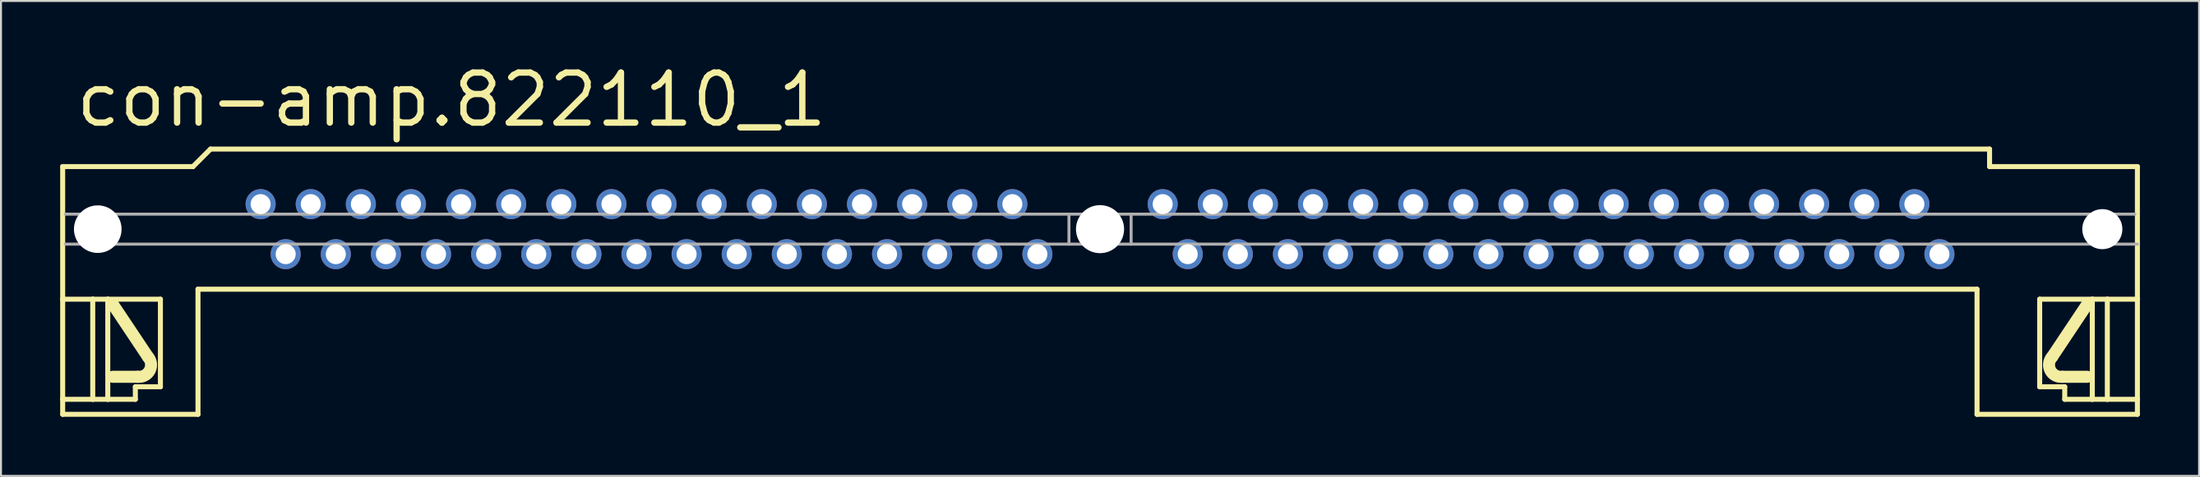
<source format=kicad_pcb>
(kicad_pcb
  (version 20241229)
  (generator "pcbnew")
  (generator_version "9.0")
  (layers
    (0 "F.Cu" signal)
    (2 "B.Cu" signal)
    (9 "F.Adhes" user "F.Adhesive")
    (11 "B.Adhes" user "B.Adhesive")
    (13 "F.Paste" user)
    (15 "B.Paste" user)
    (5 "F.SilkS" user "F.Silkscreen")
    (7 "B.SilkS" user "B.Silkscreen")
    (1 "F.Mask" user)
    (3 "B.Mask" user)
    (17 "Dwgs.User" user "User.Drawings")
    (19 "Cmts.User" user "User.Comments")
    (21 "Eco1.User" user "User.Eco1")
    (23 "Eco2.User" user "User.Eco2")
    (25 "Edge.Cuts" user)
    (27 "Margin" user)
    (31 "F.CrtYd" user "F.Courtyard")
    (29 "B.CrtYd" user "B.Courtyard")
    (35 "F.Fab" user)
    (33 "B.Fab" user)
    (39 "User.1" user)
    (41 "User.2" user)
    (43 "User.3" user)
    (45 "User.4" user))
  (footprint "con-amp.822110_1"
    (layer "F.Cu")
    (at 52.705 8.58)
    (property "Reference" "con-amp.822110_1" (at -52.07 -5.08 0) (layer "F.SilkS") (effects (font (size 2.54 2.54) (thickness 0.32)) (justify left bottom)))
    (attr through_hole)
    (fp_line (start -52.578 -3.175) (end -45.974 -3.175) (stroke (width 0.254) (type default)) (layer "F.SilkS"))
    (fp_line (start -52.578 3.556) (end -52.578 -3.175) (stroke (width 0.254) (type default)) (layer "F.SilkS"))
    (fp_line (start -52.578 3.556) (end -51.054 3.556) (stroke (width 0.254) (type default)) (layer "F.SilkS"))
    (fp_line (start -52.578 8.636) (end -52.578 3.556) (stroke (width 0.254) (type default)) (layer "F.SilkS"))
    (fp_line (start -52.578 8.636) (end -51.054 8.636) (stroke (width 0.254) (type default)) (layer "F.SilkS"))
    (fp_line (start -52.578 9.398) (end -52.578 8.636) (stroke (width 0.254) (type default)) (layer "F.SilkS"))
    (fp_line (start -52.578 9.398) (end -45.72 9.398) (stroke (width 0.254) (type default)) (layer "F.SilkS"))
    (fp_line (start -51.054 3.556) (end -50.292 3.556) (stroke (width 0.254) (type default)) (layer "F.SilkS"))
    (fp_line (start -51.054 8.636) (end -51.054 3.556) (stroke (width 0.254) (type default)) (layer "F.SilkS"))
    (fp_line (start -51.054 8.636) (end -50.292 8.636) (stroke (width 0.254) (type default)) (layer "F.SilkS"))
    (fp_line (start -50.292 3.556) (end -47.625 3.556) (stroke (width 0.254) (type default)) (layer "F.SilkS"))
    (fp_line (start -50.292 8.636) (end -50.292 3.556) (stroke (width 0.254) (type default)) (layer "F.SilkS"))
    (fp_line (start -50.292 8.636) (end -48.895 8.636) (stroke (width 0.254) (type default)) (layer "F.SilkS"))
    (fp_line (start -48.895 8.001) (end -48.895 8.636) (stroke (width 0.254) (type default)) (layer "F.SilkS"))
    (fp_line (start -48.768 7.493) (end -50.038 7.493) (stroke (width 0.61) (type default)) (layer "F.SilkS"))
    (fp_line (start -48.26 6.477) (end -50.038 3.81) (stroke (width 0.61) (type default)) (layer "F.SilkS"))
    (fp_line (start -47.625 3.556) (end -47.625 8.001) (stroke (width 0.254) (type default)) (layer "F.SilkS"))
    (fp_line (start -47.625 8.001) (end -48.895 8.001) (stroke (width 0.254) (type default)) (layer "F.SilkS"))
    (fp_line (start -45.974 -3.175) (end -45.085 -4.064) (stroke (width 0.254) (type default)) (layer "F.SilkS"))
    (fp_line (start -45.72 3.048) (end -45.72 9.398) (stroke (width 0.254) (type default)) (layer "F.SilkS"))
    (fp_line (start -45.72 3.048) (end 44.45 3.048) (stroke (width 0.254) (type default)) (layer "F.SilkS"))
    (fp_line (start 44.45 3.048) (end 44.45 9.398) (stroke (width 0.254) (type default)) (layer "F.SilkS"))
    (fp_line (start 45.085 -4.064) (end -45.085 -4.064) (stroke (width 0.254) (type default)) (layer "F.SilkS"))
    (fp_line (start 45.085 -3.175) (end 45.085 -4.064) (stroke (width 0.254) (type default)) (layer "F.SilkS"))
    (fp_line (start 47.625 3.556) (end 47.625 8.001) (stroke (width 0.254) (type default)) (layer "F.SilkS"))
    (fp_line (start 47.625 8.001) (end 48.895 8.001) (stroke (width 0.254) (type default)) (layer "F.SilkS"))
    (fp_line (start 48.26 6.477) (end 50.038 3.81) (stroke (width 0.61) (type default)) (layer "F.SilkS"))
    (fp_line (start 48.768 7.493) (end 50.038 7.493) (stroke (width 0.61) (type default)) (layer "F.SilkS"))
    (fp_line (start 48.895 8.001) (end 48.895 8.636) (stroke (width 0.254) (type default)) (layer "F.SilkS"))
    (fp_line (start 50.292 3.556) (end 47.625 3.556) (stroke (width 0.254) (type default)) (layer "F.SilkS"))
    (fp_line (start 50.292 8.636) (end 48.895 8.636) (stroke (width 0.254) (type default)) (layer "F.SilkS"))
    (fp_line (start 50.292 8.636) (end 50.292 3.556) (stroke (width 0.254) (type default)) (layer "F.SilkS"))
    (fp_line (start 51.054 3.556) (end 50.292 3.556) (stroke (width 0.254) (type default)) (layer "F.SilkS"))
    (fp_line (start 51.054 8.636) (end 50.292 8.636) (stroke (width 0.254) (type default)) (layer "F.SilkS"))
    (fp_line (start 51.054 8.636) (end 51.054 3.556) (stroke (width 0.254) (type default)) (layer "F.SilkS"))
    (fp_line (start 52.578 -3.175) (end 45.085 -3.175) (stroke (width 0.254) (type default)) (layer "F.SilkS"))
    (fp_line (start 52.578 3.556) (end 51.054 3.556) (stroke (width 0.254) (type default)) (layer "F.SilkS"))
    (fp_line (start 52.578 3.556) (end 52.578 -3.175) (stroke (width 0.254) (type default)) (layer "F.SilkS"))
    (fp_line (start 52.578 8.636) (end 51.054 8.636) (stroke (width 0.254) (type default)) (layer "F.SilkS"))
    (fp_line (start 52.578 8.636) (end 52.578 3.556) (stroke (width 0.254) (type default)) (layer "F.SilkS"))
    (fp_line (start 52.578 9.398) (end 44.45 9.398) (stroke (width 0.254) (type default)) (layer "F.SilkS"))
    (fp_line (start 52.578 9.398) (end 52.578 8.636) (stroke (width 0.254) (type default)) (layer "F.SilkS"))
    (fp_arc (start -48.2599 6.4769) (mid -48.161891 7.160997) (end -48.768 7.493) (stroke (width 0.6096) (type default)) (layer "F.SilkS"))
    (fp_arc (start 48.768 7.4929) (mid 48.162003 7.160966) (end 48.26 6.477) (stroke (width 0.6096) (type default)) (layer "F.SilkS"))
    (fp_line (start -52.451 -0.762) (end -1.575 -0.762) (stroke (width 0.152) (type default)) (layer "F.Fab"))
    (fp_line (start -52.451 0.762) (end -1.575 0.762) (stroke (width 0.152) (type default)) (layer "F.Fab"))
    (fp_line (start -1.575 -0.762) (end 1.575 -0.762) (stroke (width 0.152) (type default)) (layer "F.Fab"))
    (fp_line (start -1.575 0.762) (end -1.575 -0.762) (stroke (width 0.152) (type default)) (layer "F.Fab"))
    (fp_line (start -1.575 0.762) (end 1.575 0.762) (stroke (width 0.152) (type default)) (layer "F.Fab"))
    (fp_line (start 1.575 0.762) (end 1.575 -0.762) (stroke (width 0.152) (type default)) (layer "F.Fab"))
    (fp_line (start 52.451 -0.762) (end 1.575 -0.762) (stroke (width 0.152) (type default)) (layer "F.Fab"))
    (fp_line (start 52.578 0.762) (end 1.575 0.762) (stroke (width 0.152) (type default)) (layer "F.Fab"))
    (pad "" np_thru_hole circle (at -50.8 0) (size 2.413 2.413) (drill 2.413) (layers "*.Cu" "*.Mask"))
    (pad "" np_thru_hole circle (at 0 0) (size 2.438 2.438) (drill 2.438) (layers "*.Cu" "*.Mask"))
    (pad "" np_thru_hole circle (at 50.8 0) (size 2.032 2.032) (drill 2.032) (layers "*.Cu" "*.Mask"))
    (pad "1" thru_hole circle (at 42.545 1.27) (size 1.524 1.524) (drill 1.016) (layers "*.Cu" "*.Mask"))
    (pad "2" thru_hole circle (at 41.275 -1.27) (size 1.524 1.524) (drill 1.016) (layers "*.Cu" "*.Mask"))
    (pad "3" thru_hole circle (at 40.005 1.27) (size 1.524 1.524) (drill 1.016) (layers "*.Cu" "*.Mask"))
    (pad "4" thru_hole circle (at 38.735 -1.27) (size 1.524 1.524) (drill 1.016) (layers "*.Cu" "*.Mask"))
    (pad "5" thru_hole circle (at 37.465 1.27) (size 1.524 1.524) (drill 1.016) (layers "*.Cu" "*.Mask"))
    (pad "6" thru_hole circle (at 36.195 -1.27) (size 1.524 1.524) (drill 1.016) (layers "*.Cu" "*.Mask"))
    (pad "7" thru_hole circle (at 34.925 1.27) (size 1.524 1.524) (drill 1.016) (layers "*.Cu" "*.Mask"))
    (pad "8" thru_hole circle (at 33.655 -1.27) (size 1.524 1.524) (drill 1.016) (layers "*.Cu" "*.Mask"))
    (pad "9" thru_hole circle (at 32.385 1.27) (size 1.524 1.524) (drill 1.016) (layers "*.Cu" "*.Mask"))
    (pad "10" thru_hole circle (at 31.115 -1.27) (size 1.524 1.524) (drill 1.016) (layers "*.Cu" "*.Mask"))
    (pad "11" thru_hole circle (at 29.845 1.27) (size 1.524 1.524) (drill 1.016) (layers "*.Cu" "*.Mask"))
    (pad "12" thru_hole circle (at 28.575 -1.27) (size 1.524 1.524) (drill 1.016) (layers "*.Cu" "*.Mask"))
    (pad "13" thru_hole circle (at 27.305 1.27) (size 1.524 1.524) (drill 1.016) (layers "*.Cu" "*.Mask"))
    (pad "14" thru_hole circle (at 26.035 -1.27) (size 1.524 1.524) (drill 1.016) (layers "*.Cu" "*.Mask"))
    (pad "15" thru_hole circle (at 24.765 1.27) (size 1.524 1.524) (drill 1.016) (layers "*.Cu" "*.Mask"))
    (pad "16" thru_hole circle (at 23.495 -1.27) (size 1.524 1.524) (drill 1.016) (layers "*.Cu" "*.Mask"))
    (pad "17" thru_hole circle (at 22.225 1.27) (size 1.524 1.524) (drill 1.016) (layers "*.Cu" "*.Mask"))
    (pad "18" thru_hole circle (at 20.955 -1.27) (size 1.524 1.524) (drill 1.016) (layers "*.Cu" "*.Mask"))
    (pad "19" thru_hole circle (at 19.685 1.27) (size 1.524 1.524) (drill 1.016) (layers "*.Cu" "*.Mask"))
    (pad "20" thru_hole circle (at 18.415 -1.27) (size 1.524 1.524) (drill 1.016) (layers "*.Cu" "*.Mask"))
    (pad "21" thru_hole circle (at 17.145 1.27) (size 1.524 1.524) (drill 1.016) (layers "*.Cu" "*.Mask"))
    (pad "22" thru_hole circle (at 15.875 -1.27) (size 1.524 1.524) (drill 1.016) (layers "*.Cu" "*.Mask"))
    (pad "23" thru_hole circle (at 14.605 1.27) (size 1.524 1.524) (drill 1.016) (layers "*.Cu" "*.Mask"))
    (pad "24" thru_hole circle (at 13.335 -1.27) (size 1.524 1.524) (drill 1.016) (layers "*.Cu" "*.Mask"))
    (pad "25" thru_hole circle (at 12.065 1.27) (size 1.524 1.524) (drill 1.016) (layers "*.Cu" "*.Mask"))
    (pad "26" thru_hole circle (at 10.795 -1.27) (size 1.524 1.524) (drill 1.016) (layers "*.Cu" "*.Mask"))
    (pad "27" thru_hole circle (at 9.525 1.27) (size 1.524 1.524) (drill 1.016) (layers "*.Cu" "*.Mask"))
    (pad "28" thru_hole circle (at 8.255 -1.27) (size 1.524 1.524) (drill 1.016) (layers "*.Cu" "*.Mask"))
    (pad "29" thru_hole circle (at 6.985 1.27) (size 1.524 1.524) (drill 1.016) (layers "*.Cu" "*.Mask"))
    (pad "30" thru_hole circle (at 5.715 -1.27) (size 1.524 1.524) (drill 1.016) (layers "*.Cu" "*.Mask"))
    (pad "31" thru_hole circle (at 4.445 1.27) (size 1.524 1.524) (drill 1.016) (layers "*.Cu" "*.Mask"))
    (pad "32" thru_hole circle (at 3.175 -1.27) (size 1.524 1.524) (drill 1.016) (layers "*.Cu" "*.Mask"))
    (pad "33" thru_hole circle (at -3.175 1.27) (size 1.524 1.524) (drill 1.016) (layers "*.Cu" "*.Mask"))
    (pad "34" thru_hole circle (at -4.445 -1.27) (size 1.524 1.524) (drill 1.016) (layers "*.Cu" "*.Mask"))
    (pad "35" thru_hole circle (at -5.715 1.27) (size 1.524 1.524) (drill 1.016) (layers "*.Cu" "*.Mask"))
    (pad "36" thru_hole circle (at -6.985 -1.27) (size 1.524 1.524) (drill 1.016) (layers "*.Cu" "*.Mask"))
    (pad "37" thru_hole circle (at -8.255 1.27) (size 1.524 1.524) (drill 1.016) (layers "*.Cu" "*.Mask"))
    (pad "38" thru_hole circle (at -9.525 -1.27) (size 1.524 1.524) (drill 1.016) (layers "*.Cu" "*.Mask"))
    (pad "39" thru_hole circle (at -10.795 1.27) (size 1.524 1.524) (drill 1.016) (layers "*.Cu" "*.Mask"))
    (pad "40" thru_hole circle (at -12.065 -1.27) (size 1.524 1.524) (drill 1.016) (layers "*.Cu" "*.Mask"))
    (pad "41" thru_hole circle (at -13.335 1.27) (size 1.524 1.524) (drill 1.016) (layers "*.Cu" "*.Mask"))
    (pad "42" thru_hole circle (at -14.605 -1.27) (size 1.524 1.524) (drill 1.016) (layers "*.Cu" "*.Mask"))
    (pad "43" thru_hole circle (at -15.875 1.27) (size 1.524 1.524) (drill 1.016) (layers "*.Cu" "*.Mask"))
    (pad "44" thru_hole circle (at -17.145 -1.27) (size 1.524 1.524) (drill 1.016) (layers "*.Cu" "*.Mask"))
    (pad "45" thru_hole circle (at -18.415 1.27) (size 1.524 1.524) (drill 1.016) (layers "*.Cu" "*.Mask"))
    (pad "46" thru_hole circle (at -19.685 -1.27) (size 1.524 1.524) (drill 1.016) (layers "*.Cu" "*.Mask"))
    (pad "47" thru_hole circle (at -20.955 1.27) (size 1.524 1.524) (drill 1.016) (layers "*.Cu" "*.Mask"))
    (pad "48" thru_hole circle (at -22.225 -1.27) (size 1.524 1.524) (drill 1.016) (layers "*.Cu" "*.Mask"))
    (pad "49" thru_hole circle (at -23.495 1.27) (size 1.524 1.524) (drill 1.016) (layers "*.Cu" "*.Mask"))
    (pad "50" thru_hole circle (at -24.765 -1.27) (size 1.524 1.524) (drill 1.016) (layers "*.Cu" "*.Mask"))
    (pad "51" thru_hole circle (at -26.035 1.27) (size 1.524 1.524) (drill 1.016) (layers "*.Cu" "*.Mask"))
    (pad "52" thru_hole circle (at -27.305 -1.27) (size 1.524 1.524) (drill 1.016) (layers "*.Cu" "*.Mask"))
    (pad "53" thru_hole circle (at -28.575 1.27) (size 1.524 1.524) (drill 1.016) (layers "*.Cu" "*.Mask"))
    (pad "54" thru_hole circle (at -29.845 -1.27) (size 1.524 1.524) (drill 1.016) (layers "*.Cu" "*.Mask"))
    (pad "55" thru_hole circle (at -31.115 1.27) (size 1.524 1.524) (drill 1.016) (layers "*.Cu" "*.Mask"))
    (pad "56" thru_hole circle (at -32.385 -1.27) (size 1.524 1.524) (drill 1.016) (layers "*.Cu" "*.Mask"))
    (pad "57" thru_hole circle (at -33.655 1.27) (size 1.524 1.524) (drill 1.016) (layers "*.Cu" "*.Mask"))
    (pad "58" thru_hole circle (at -34.925 -1.27) (size 1.524 1.524) (drill 1.016) (layers "*.Cu" "*.Mask"))
    (pad "59" thru_hole circle (at -36.195 1.27) (size 1.524 1.524) (drill 1.016) (layers "*.Cu" "*.Mask"))
    (pad "60" thru_hole circle (at -37.465 -1.27) (size 1.524 1.524) (drill 1.016) (layers "*.Cu" "*.Mask"))
    (pad "61" thru_hole circle (at -38.735 1.27) (size 1.524 1.524) (drill 1.016) (layers "*.Cu" "*.Mask"))
    (pad "62" thru_hole circle (at -40.005 -1.27) (size 1.524 1.524) (drill 1.016) (layers "*.Cu" "*.Mask"))
    (pad "63" thru_hole circle (at -41.275 1.27) (size 1.524 1.524) (drill 1.016) (layers "*.Cu" "*.Mask"))
    (pad "64" thru_hole circle (at -42.545 -1.27) (size 1.524 1.524) (drill 1.016) (layers "*.Cu" "*.Mask")))
  (gr_rect
    (start -3 -3)
    (end 108.41 21.105)
    (stroke (width 0.1) (type default))
    (fill no)
    (layer "Edge.Cuts")))
</source>
